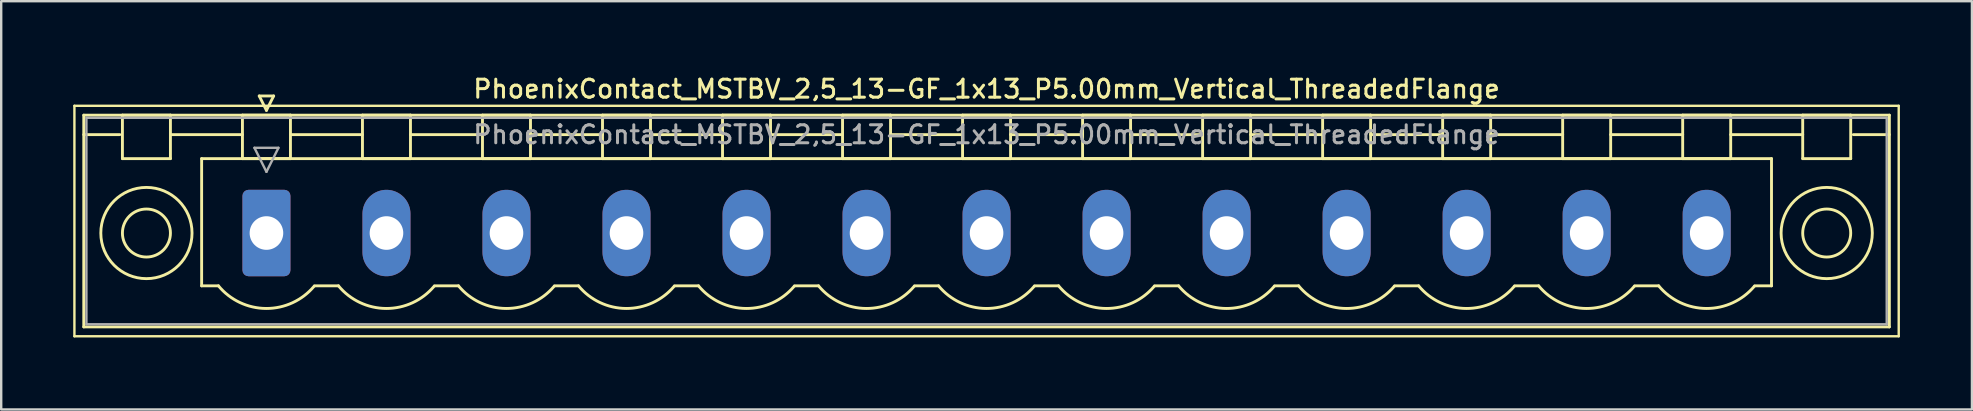
<source format=kicad_pcb>
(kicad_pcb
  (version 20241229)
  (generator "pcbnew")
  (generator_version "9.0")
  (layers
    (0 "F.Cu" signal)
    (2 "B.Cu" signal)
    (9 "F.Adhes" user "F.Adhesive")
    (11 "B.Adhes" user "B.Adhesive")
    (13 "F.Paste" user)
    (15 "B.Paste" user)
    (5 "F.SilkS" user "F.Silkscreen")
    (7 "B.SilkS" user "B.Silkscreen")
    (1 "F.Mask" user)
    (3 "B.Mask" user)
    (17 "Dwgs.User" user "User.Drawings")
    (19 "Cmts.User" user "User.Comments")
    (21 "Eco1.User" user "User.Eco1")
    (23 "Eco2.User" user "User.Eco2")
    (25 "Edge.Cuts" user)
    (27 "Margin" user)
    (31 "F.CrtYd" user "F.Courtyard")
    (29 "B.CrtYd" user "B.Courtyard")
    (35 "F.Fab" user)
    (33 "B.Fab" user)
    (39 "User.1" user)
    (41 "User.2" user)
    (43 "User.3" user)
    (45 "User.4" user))
  (footprint "PhoenixContact_MSTBV_2,5_13-GF_1x13_P5.00mm_Vertical_ThreadedFlange"
    (layer "F.Cu")
    (at 8.05 6.658)
    (property "Reference" "PhoenixContact_MSTBV_2,5_13-GF_1x13_P5.00mm_Vertical_ThreadedFlange" (at 30 -6 0) (layer "F.SilkS") (effects (font (size 0.75 0.75) (thickness 0.125))))
    (attr through_hole)
    (fp_line (start -8 -5.3) (end -8 4.3) (stroke (width 0.1) (type solid)) (layer "F.SilkS"))
    (fp_line (start -8 4.3) (end 68 4.3) (stroke (width 0.1) (type solid)) (layer "F.SilkS"))
    (fp_line (start -7.61 -4.91) (end -7.61 3.91) (stroke (width 0.12) (type solid)) (layer "F.SilkS"))
    (fp_line (start -7.61 -4.1) (end -6.11 -4.1) (stroke (width 0.12) (type solid)) (layer "F.SilkS"))
    (fp_line (start -7.61 3.91) (end 67.61 3.91) (stroke (width 0.12) (type solid)) (layer "F.SilkS"))
    (fp_line (start -6 -4.91) (end -4 -4.91) (stroke (width 0.12) (type solid)) (layer "F.SilkS"))
    (fp_line (start -6 -3.1) (end -6 -4.91) (stroke (width 0.12) (type solid)) (layer "F.SilkS"))
    (fp_line (start -4 -4.91) (end -4 -3.1) (stroke (width 0.12) (type solid)) (layer "F.SilkS"))
    (fp_line (start -4 -4.1) (end -1 -4.1) (stroke (width 0.12) (type solid)) (layer "F.SilkS"))
    (fp_line (start -4 -3.1) (end -6 -3.1) (stroke (width 0.12) (type solid)) (layer "F.SilkS"))
    (fp_line (start -2.7 -3.1) (end 62.7 -3.1) (stroke (width 0.12) (type solid)) (layer "F.SilkS"))
    (fp_line (start -2.7 2.2) (end -2.7 -3.1) (stroke (width 0.12) (type solid)) (layer "F.SilkS"))
    (fp_line (start -2 2.2) (end -2.7 2.2) (stroke (width 0.12) (type solid)) (layer "F.SilkS"))
    (fp_line (start -1 -4.91) (end 1 -4.91) (stroke (width 0.12) (type solid)) (layer "F.SilkS"))
    (fp_line (start -1 -3.1) (end -1 -4.91) (stroke (width 0.12) (type solid)) (layer "F.SilkS"))
    (fp_line (start -0.3 -5.71) (end 0.3 -5.71) (stroke (width 0.12) (type solid)) (layer "F.SilkS"))
    (fp_line (start 0 -5.11) (end -0.3 -5.71) (stroke (width 0.12) (type solid)) (layer "F.SilkS"))
    (fp_line (start 0.3 -5.71) (end 0 -5.11) (stroke (width 0.12) (type solid)) (layer "F.SilkS"))
    (fp_line (start 1 -4.91) (end 1 -3.1) (stroke (width 0.12) (type solid)) (layer "F.SilkS"))
    (fp_line (start 1 -4.1) (end 4 -4.1) (stroke (width 0.12) (type solid)) (layer "F.SilkS"))
    (fp_line (start 1 -3.1) (end -1 -3.1) (stroke (width 0.12) (type solid)) (layer "F.SilkS"))
    (fp_line (start 2 2.2) (end 3 2.2) (stroke (width 0.12) (type solid)) (layer "F.SilkS"))
    (fp_line (start 4 -4.91) (end 6 -4.91) (stroke (width 0.12) (type solid)) (layer "F.SilkS"))
    (fp_line (start 4 -3.1) (end 4 -4.91) (stroke (width 0.12) (type solid)) (layer "F.SilkS"))
    (fp_line (start 6 -4.91) (end 6 -3.1) (stroke (width 0.12) (type solid)) (layer "F.SilkS"))
    (fp_line (start 6 -4.1) (end 9 -4.1) (stroke (width 0.12) (type solid)) (layer "F.SilkS"))
    (fp_line (start 6 -3.1) (end 4 -3.1) (stroke (width 0.12) (type solid)) (layer "F.SilkS"))
    (fp_line (start 7 2.2) (end 8 2.2) (stroke (width 0.12) (type solid)) (layer "F.SilkS"))
    (fp_line (start 9 -4.91) (end 11 -4.91) (stroke (width 0.12) (type solid)) (layer "F.SilkS"))
    (fp_line (start 9 -3.1) (end 9 -4.91) (stroke (width 0.12) (type solid)) (layer "F.SilkS"))
    (fp_line (start 11 -4.91) (end 11 -3.1) (stroke (width 0.12) (type solid)) (layer "F.SilkS"))
    (fp_line (start 11 -4.1) (end 14 -4.1) (stroke (width 0.12) (type solid)) (layer "F.SilkS"))
    (fp_line (start 11 -3.1) (end 9 -3.1) (stroke (width 0.12) (type solid)) (layer "F.SilkS"))
    (fp_line (start 12 2.2) (end 13 2.2) (stroke (width 0.12) (type solid)) (layer "F.SilkS"))
    (fp_line (start 14 -4.91) (end 16 -4.91) (stroke (width 0.12) (type solid)) (layer "F.SilkS"))
    (fp_line (start 14 -3.1) (end 14 -4.91) (stroke (width 0.12) (type solid)) (layer "F.SilkS"))
    (fp_line (start 16 -4.91) (end 16 -3.1) (stroke (width 0.12) (type solid)) (layer "F.SilkS"))
    (fp_line (start 16 -4.1) (end 19 -4.1) (stroke (width 0.12) (type solid)) (layer "F.SilkS"))
    (fp_line (start 16 -3.1) (end 14 -3.1) (stroke (width 0.12) (type solid)) (layer "F.SilkS"))
    (fp_line (start 17 2.2) (end 18 2.2) (stroke (width 0.12) (type solid)) (layer "F.SilkS"))
    (fp_line (start 19 -4.91) (end 21 -4.91) (stroke (width 0.12) (type solid)) (layer "F.SilkS"))
    (fp_line (start 19 -3.1) (end 19 -4.91) (stroke (width 0.12) (type solid)) (layer "F.SilkS"))
    (fp_line (start 21 -4.91) (end 21 -3.1) (stroke (width 0.12) (type solid)) (layer "F.SilkS"))
    (fp_line (start 21 -4.1) (end 24 -4.1) (stroke (width 0.12) (type solid)) (layer "F.SilkS"))
    (fp_line (start 21 -3.1) (end 19 -3.1) (stroke (width 0.12) (type solid)) (layer "F.SilkS"))
    (fp_line (start 22 2.2) (end 23 2.2) (stroke (width 0.12) (type solid)) (layer "F.SilkS"))
    (fp_line (start 24 -4.91) (end 26 -4.91) (stroke (width 0.12) (type solid)) (layer "F.SilkS"))
    (fp_line (start 24 -3.1) (end 24 -4.91) (stroke (width 0.12) (type solid)) (layer "F.SilkS"))
    (fp_line (start 26 -4.91) (end 26 -3.1) (stroke (width 0.12) (type solid)) (layer "F.SilkS"))
    (fp_line (start 26 -4.1) (end 29 -4.1) (stroke (width 0.12) (type solid)) (layer "F.SilkS"))
    (fp_line (start 26 -3.1) (end 24 -3.1) (stroke (width 0.12) (type solid)) (layer "F.SilkS"))
    (fp_line (start 27 2.2) (end 28 2.2) (stroke (width 0.12) (type solid)) (layer "F.SilkS"))
    (fp_line (start 29 -4.91) (end 31 -4.91) (stroke (width 0.12) (type solid)) (layer "F.SilkS"))
    (fp_line (start 29 -3.1) (end 29 -4.91) (stroke (width 0.12) (type solid)) (layer "F.SilkS"))
    (fp_line (start 31 -4.91) (end 31 -3.1) (stroke (width 0.12) (type solid)) (layer "F.SilkS"))
    (fp_line (start 31 -4.1) (end 34 -4.1) (stroke (width 0.12) (type solid)) (layer "F.SilkS"))
    (fp_line (start 31 -3.1) (end 29 -3.1) (stroke (width 0.12) (type solid)) (layer "F.SilkS"))
    (fp_line (start 32 2.2) (end 33 2.2) (stroke (width 0.12) (type solid)) (layer "F.SilkS"))
    (fp_line (start 34 -4.91) (end 36 -4.91) (stroke (width 0.12) (type solid)) (layer "F.SilkS"))
    (fp_line (start 34 -3.1) (end 34 -4.91) (stroke (width 0.12) (type solid)) (layer "F.SilkS"))
    (fp_line (start 36 -4.91) (end 36 -3.1) (stroke (width 0.12) (type solid)) (layer "F.SilkS"))
    (fp_line (start 36 -4.1) (end 39 -4.1) (stroke (width 0.12) (type solid)) (layer "F.SilkS"))
    (fp_line (start 36 -3.1) (end 34 -3.1) (stroke (width 0.12) (type solid)) (layer "F.SilkS"))
    (fp_line (start 37 2.2) (end 38 2.2) (stroke (width 0.12) (type solid)) (layer "F.SilkS"))
    (fp_line (start 39 -4.91) (end 41 -4.91) (stroke (width 0.12) (type solid)) (layer "F.SilkS"))
    (fp_line (start 39 -3.1) (end 39 -4.91) (stroke (width 0.12) (type solid)) (layer "F.SilkS"))
    (fp_line (start 41 -4.91) (end 41 -3.1) (stroke (width 0.12) (type solid)) (layer "F.SilkS"))
    (fp_line (start 41 -4.1) (end 44 -4.1) (stroke (width 0.12) (type solid)) (layer "F.SilkS"))
    (fp_line (start 41 -3.1) (end 39 -3.1) (stroke (width 0.12) (type solid)) (layer "F.SilkS"))
    (fp_line (start 42 2.2) (end 43 2.2) (stroke (width 0.12) (type solid)) (layer "F.SilkS"))
    (fp_line (start 44 -4.91) (end 46 -4.91) (stroke (width 0.12) (type solid)) (layer "F.SilkS"))
    (fp_line (start 44 -3.1) (end 44 -4.91) (stroke (width 0.12) (type solid)) (layer "F.SilkS"))
    (fp_line (start 46 -4.91) (end 46 -3.1) (stroke (width 0.12) (type solid)) (layer "F.SilkS"))
    (fp_line (start 46 -4.1) (end 49 -4.1) (stroke (width 0.12) (type solid)) (layer "F.SilkS"))
    (fp_line (start 46 -3.1) (end 44 -3.1) (stroke (width 0.12) (type solid)) (layer "F.SilkS"))
    (fp_line (start 47 2.2) (end 48 2.2) (stroke (width 0.12) (type solid)) (layer "F.SilkS"))
    (fp_line (start 49 -4.91) (end 51 -4.91) (stroke (width 0.12) (type solid)) (layer "F.SilkS"))
    (fp_line (start 49 -3.1) (end 49 -4.91) (stroke (width 0.12) (type solid)) (layer "F.SilkS"))
    (fp_line (start 51 -4.91) (end 51 -3.1) (stroke (width 0.12) (type solid)) (layer "F.SilkS"))
    (fp_line (start 51 -4.1) (end 54 -4.1) (stroke (width 0.12) (type solid)) (layer "F.SilkS"))
    (fp_line (start 51 -3.1) (end 49 -3.1) (stroke (width 0.12) (type solid)) (layer "F.SilkS"))
    (fp_line (start 52 2.2) (end 53 2.2) (stroke (width 0.12) (type solid)) (layer "F.SilkS"))
    (fp_line (start 54 -4.91) (end 56 -4.91) (stroke (width 0.12) (type solid)) (layer "F.SilkS"))
    (fp_line (start 54 -3.1) (end 54 -4.91) (stroke (width 0.12) (type solid)) (layer "F.SilkS"))
    (fp_line (start 56 -4.91) (end 56 -3.1) (stroke (width 0.12) (type solid)) (layer "F.SilkS"))
    (fp_line (start 56 -4.1) (end 59 -4.1) (stroke (width 0.12) (type solid)) (layer "F.SilkS"))
    (fp_line (start 56 -3.1) (end 54 -3.1) (stroke (width 0.12) (type solid)) (layer "F.SilkS"))
    (fp_line (start 57 2.2) (end 58 2.2) (stroke (width 0.12) (type solid)) (layer "F.SilkS"))
    (fp_line (start 59 -4.91) (end 61 -4.91) (stroke (width 0.12) (type solid)) (layer "F.SilkS"))
    (fp_line (start 59 -3.1) (end 59 -4.91) (stroke (width 0.12) (type solid)) (layer "F.SilkS"))
    (fp_line (start 61 -4.91) (end 61 -3.1) (stroke (width 0.12) (type solid)) (layer "F.SilkS"))
    (fp_line (start 61 -4.1) (end 64 -4.1) (stroke (width 0.12) (type solid)) (layer "F.SilkS"))
    (fp_line (start 61 -3.1) (end 59 -3.1) (stroke (width 0.12) (type solid)) (layer "F.SilkS"))
    (fp_line (start 62.7 -3.1) (end 62.7 2.2) (stroke (width 0.12) (type solid)) (layer "F.SilkS"))
    (fp_line (start 62.7 2.2) (end 62 2.2) (stroke (width 0.12) (type solid)) (layer "F.SilkS"))
    (fp_line (start 64 -4.91) (end 66 -4.91) (stroke (width 0.12) (type solid)) (layer "F.SilkS"))
    (fp_line (start 64 -3.1) (end 64 -4.91) (stroke (width 0.12) (type solid)) (layer "F.SilkS"))
    (fp_line (start 66 -4.91) (end 66 -3.1) (stroke (width 0.12) (type solid)) (layer "F.SilkS"))
    (fp_line (start 66 -3.1) (end 64 -3.1) (stroke (width 0.12) (type solid)) (layer "F.SilkS"))
    (fp_line (start 67.61 -4.91) (end -7.61 -4.91) (stroke (width 0.12) (type solid)) (layer "F.SilkS"))
    (fp_line (start 67.61 -4.1) (end 66.11 -4.1) (stroke (width 0.12) (type solid)) (layer "F.SilkS"))
    (fp_line (start 67.61 3.91) (end 67.61 -4.91) (stroke (width 0.12) (type solid)) (layer "F.SilkS"))
    (fp_line (start 68 -5.3) (end -8 -5.3) (stroke (width 0.1) (type solid)) (layer "F.SilkS"))
    (fp_line (start 68 4.3) (end 68 -5.3) (stroke (width 0.1) (type solid)) (layer "F.SilkS"))
    (fp_arc (start 1.986842 2.215821) (mid -0.010289 3.142758) (end -2 2.2) (stroke (width 0.12) (type solid)) (layer "F.SilkS"))
    (fp_arc (start 6.986842 2.215821) (mid 4.989711 3.142758) (end 3 2.2) (stroke (width 0.12) (type solid)) (layer "F.SilkS"))
    (fp_arc (start 11.986842 2.215821) (mid 9.989711 3.142758) (end 8 2.2) (stroke (width 0.12) (type solid)) (layer "F.SilkS"))
    (fp_arc (start 16.986842 2.215821) (mid 14.989711 3.142758) (end 13 2.2) (stroke (width 0.12) (type solid)) (layer "F.SilkS"))
    (fp_arc (start 21.986842 2.215821) (mid 19.989711 3.142758) (end 18 2.2) (stroke (width 0.12) (type solid)) (layer "F.SilkS"))
    (fp_arc (start 26.986842 2.215821) (mid 24.989711 3.142758) (end 23 2.2) (stroke (width 0.12) (type solid)) (layer "F.SilkS"))
    (fp_arc (start 31.986842 2.215821) (mid 29.989711 3.142758) (end 28 2.2) (stroke (width 0.12) (type solid)) (layer "F.SilkS"))
    (fp_arc (start 36.986842 2.215821) (mid 34.989711 3.142758) (end 33 2.2) (stroke (width 0.12) (type solid)) (layer "F.SilkS"))
    (fp_arc (start 41.986842 2.215821) (mid 39.989711 3.142758) (end 38 2.2) (stroke (width 0.12) (type solid)) (layer "F.SilkS"))
    (fp_arc (start 46.986842 2.215821) (mid 44.989711 3.142758) (end 43 2.2) (stroke (width 0.12) (type solid)) (layer "F.SilkS"))
    (fp_arc (start 51.986842 2.215821) (mid 49.989711 3.142758) (end 48 2.2) (stroke (width 0.12) (type solid)) (layer "F.SilkS"))
    (fp_arc (start 56.986842 2.215821) (mid 54.989711 3.142758) (end 53 2.2) (stroke (width 0.12) (type solid)) (layer "F.SilkS"))
    (fp_arc (start 61.986842 2.215821) (mid 59.989711 3.142758) (end 58 2.2) (stroke (width 0.12) (type solid)) (layer "F.SilkS"))
    (fp_circle (center -5 0) (end -4 0) (stroke (width 0.12) (type solid)) (fill no) (layer "F.SilkS"))
    (fp_circle (center -5 0) (end -3.1 0) (stroke (width 0.12) (type solid)) (fill no) (layer "F.SilkS"))
    (fp_circle (center 65 0) (end 66 0) (stroke (width 0.12) (type solid)) (fill no) (layer "F.SilkS"))
    (fp_circle (center 65 0) (end 66.9 0) (stroke (width 0.12) (type solid)) (fill no) (layer "F.SilkS"))
    (fp_line (start -7.5 -4.8) (end -7.5 3.8) (stroke (width 0.1) (type solid)) (layer "F.Fab"))
    (fp_line (start -7.5 3.8) (end 67.5 3.8) (stroke (width 0.1) (type solid)) (layer "F.Fab"))
    (fp_line (start -0.5 -3.55) (end 0.5 -3.55) (stroke (width 0.1) (type solid)) (layer "F.Fab"))
    (fp_line (start 0 -2.55) (end -0.5 -3.55) (stroke (width 0.1) (type solid)) (layer "F.Fab"))
    (fp_line (start 0.5 -3.55) (end 0 -2.55) (stroke (width 0.1) (type solid)) (layer "F.Fab"))
    (fp_line (start 67.5 -4.8) (end -7.5 -4.8) (stroke (width 0.1) (type solid)) (layer "F.Fab"))
    (fp_line (start 67.5 3.8) (end 67.5 -4.8) (stroke (width 0.1) (type solid)) (layer "F.Fab"))
    (fp_text user "${REFERENCE}" (at 30 -4.1 0) (layer "F.Fab") (effects (font (size 0.75 0.75) (thickness 0.125))))
    (pad "1" thru_hole roundrect (at 0 0) (size 2 3.6) (drill 1.4) (layers "*.Cu" "*.Mask") (roundrect_rratio 0.125))
    (pad "2" thru_hole oval (at 5 0) (size 2 3.6) (drill 1.4) (layers "*.Cu" "*.Mask"))
    (pad "3" thru_hole oval (at 10 0) (size 2 3.6) (drill 1.4) (layers "*.Cu" "*.Mask"))
    (pad "4" thru_hole oval (at 15 0) (size 2 3.6) (drill 1.4) (layers "*.Cu" "*.Mask"))
    (pad "5" thru_hole oval (at 20 0) (size 2 3.6) (drill 1.4) (layers "*.Cu" "*.Mask"))
    (pad "6" thru_hole oval (at 25 0) (size 2 3.6) (drill 1.4) (layers "*.Cu" "*.Mask"))
    (pad "7" thru_hole oval (at 30 0) (size 2 3.6) (drill 1.4) (layers "*.Cu" "*.Mask"))
    (pad "8" thru_hole oval (at 35 0) (size 2 3.6) (drill 1.4) (layers "*.Cu" "*.Mask"))
    (pad "9" thru_hole oval (at 40 0) (size 2 3.6) (drill 1.4) (layers "*.Cu" "*.Mask"))
    (pad "10" thru_hole oval (at 45 0) (size 2 3.6) (drill 1.4) (layers "*.Cu" "*.Mask"))
    (pad "11" thru_hole oval (at 50 0) (size 2 3.6) (drill 1.4) (layers "*.Cu" "*.Mask"))
    (pad "12" thru_hole oval (at 55 0) (size 2 3.6) (drill 1.4) (layers "*.Cu" "*.Mask"))
    (pad "13" thru_hole oval (at 60 0) (size 2 3.6) (drill 1.4) (layers "*.Cu" "*.Mask")))
  (gr_rect
    (start -3 -3)
    (end 79.1 14.008)
    (stroke (width 0.1) (type default))
    (fill no)
    (layer "Edge.Cuts")))
</source>
